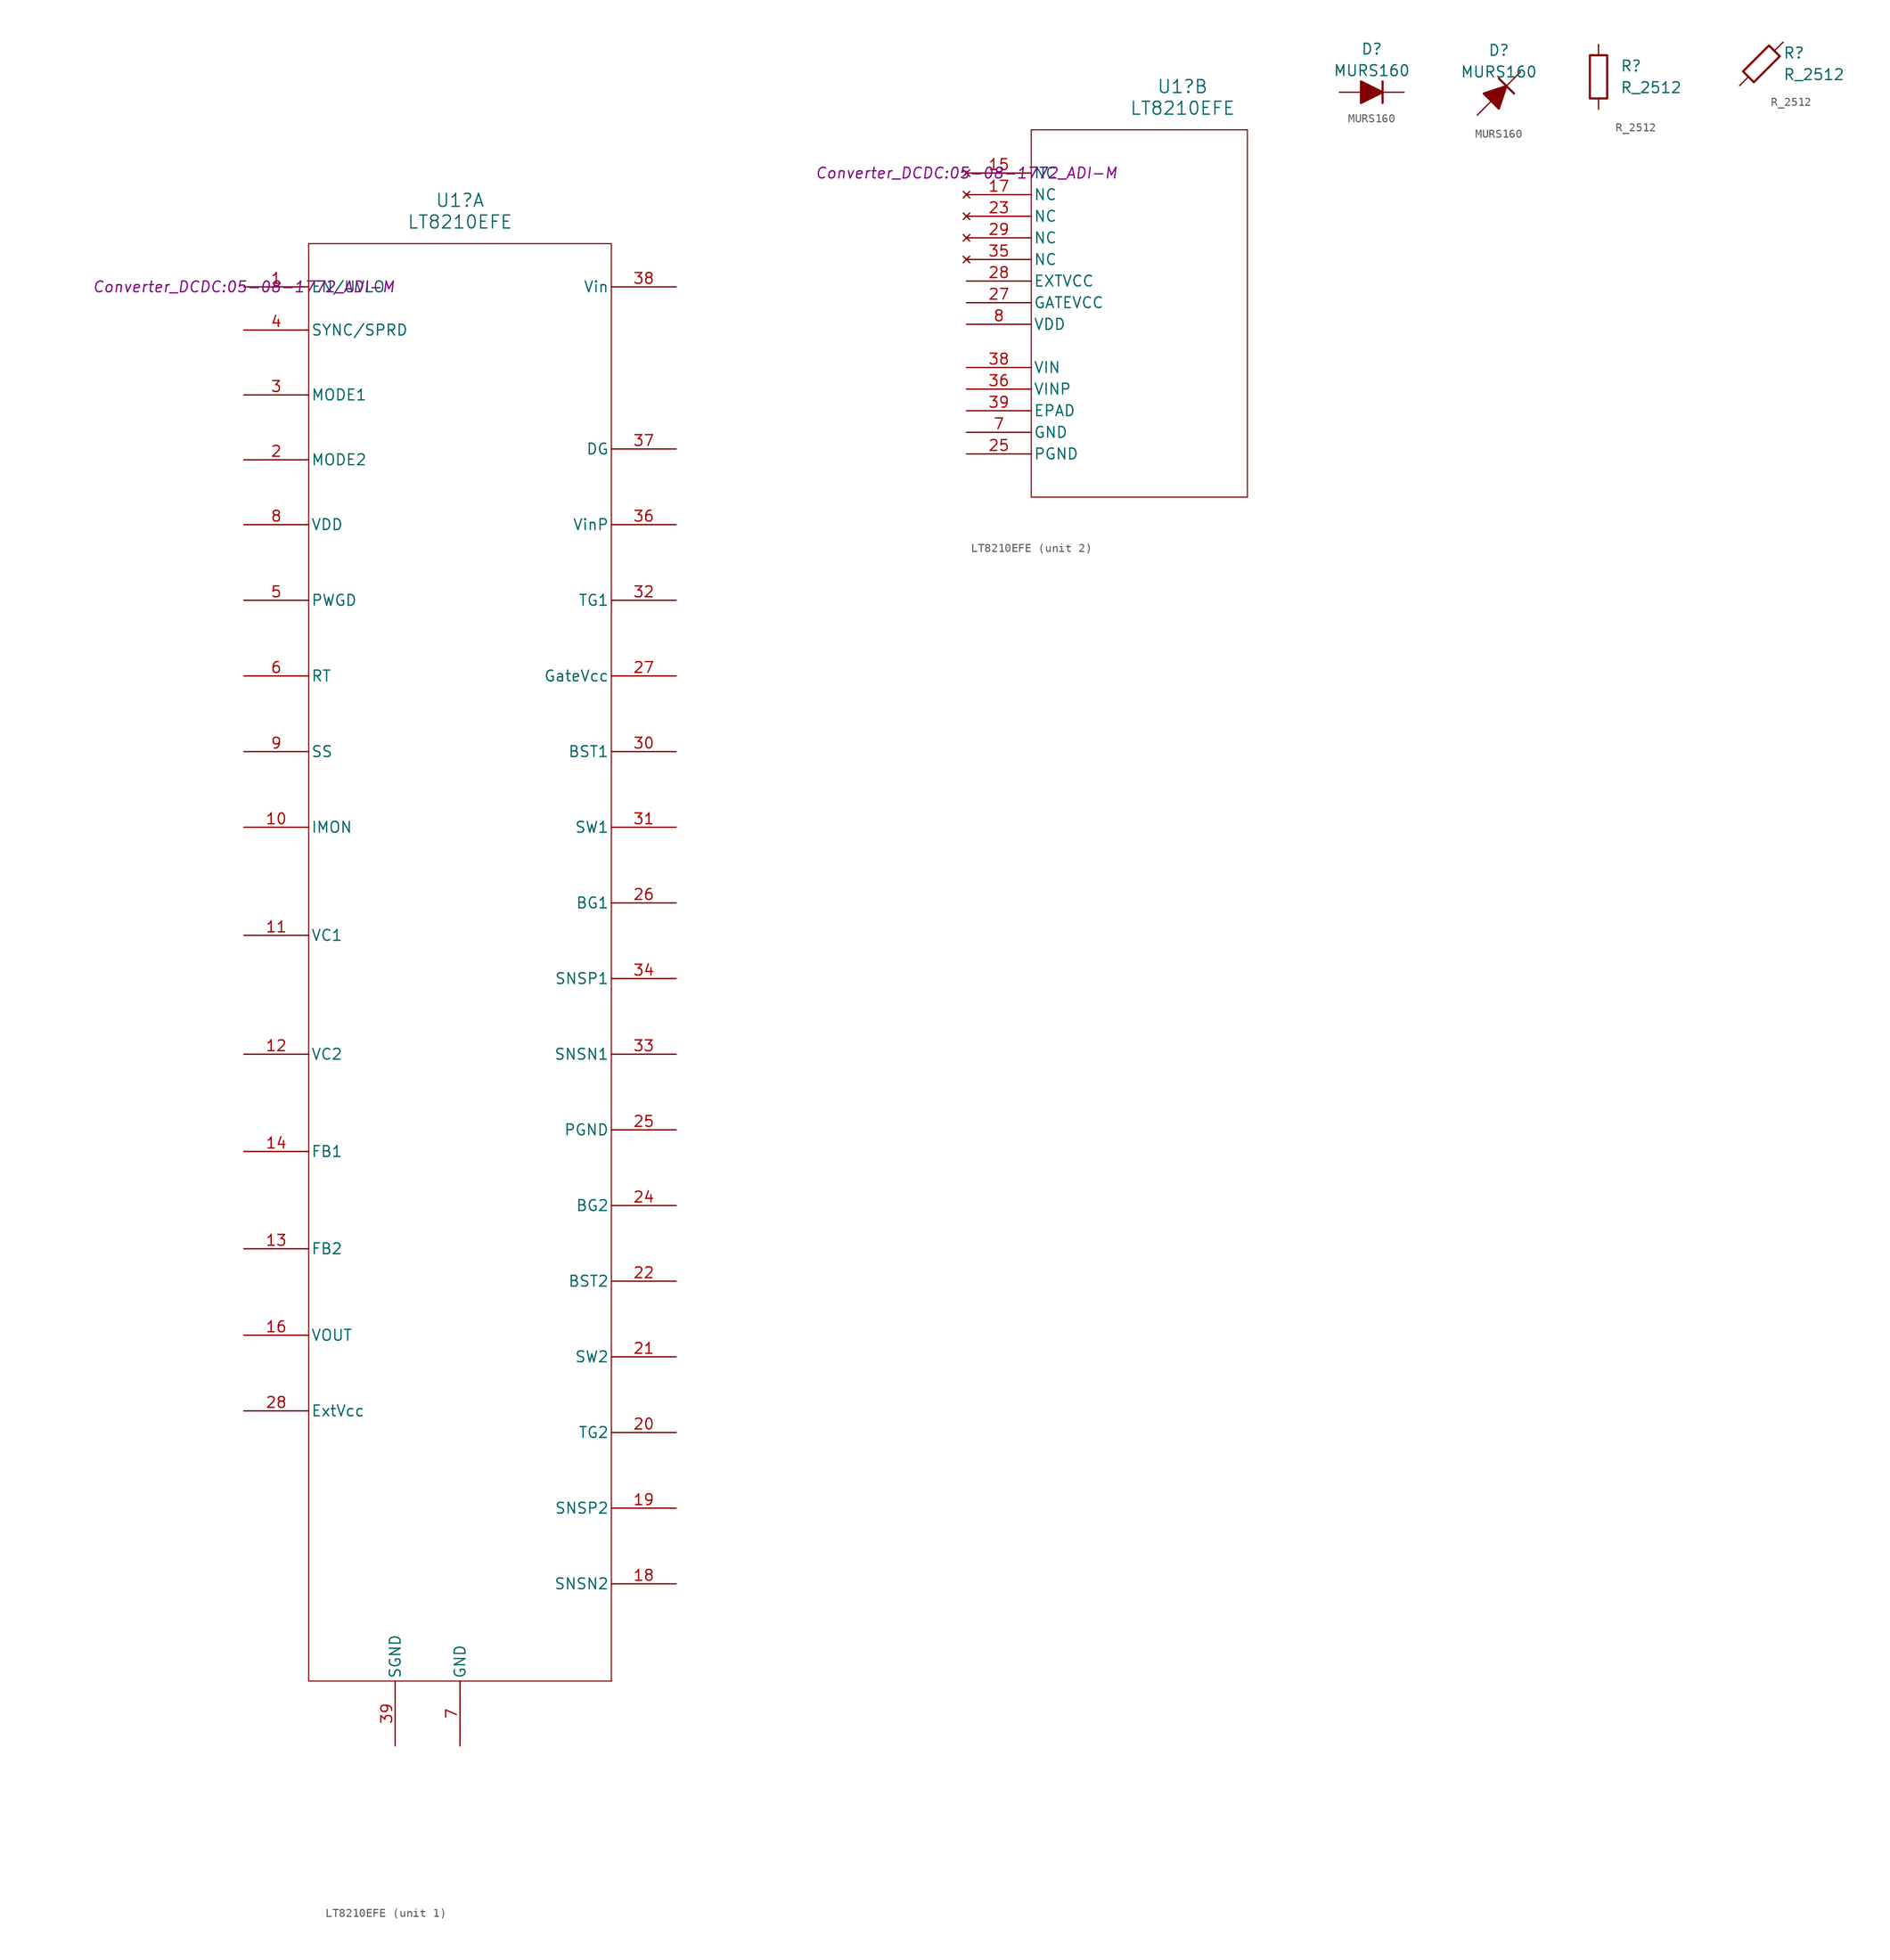
<source format=kicad_sym>
(kicad_symbol_lib
  (version 20241209)
  (generator "kicad_symbol_editor")
  (generator_version "9.0")
  (symbol "LT8210EFE"
    (pin_names
      (offset 0.254))
    (property "Reference" "U1"
      (at 25.4 10.16 0)
      (effects (font (size 1.524 1.524))))
    (property "Value" "LT8210EFE"
      (at 25.4 7.62 0)
      (effects (font (size 1.524 1.524))))
    (property "Footprint" "Converter_DCDC:05-08-1772_ADI-M"
      (at 0 0 0)
      (effects (font (size 1.27 1.27) (italic yes))))
    (property "ki_locked" ""
      (at 0 0 0)
      (effects (font (size 1.27 1.27))))
    (symbol "LT8210EFE_1_1"
      (polyline (pts (xy 7.62 5.08) (xy 7.62 -163.83)) (stroke (width 0.127) (type default)) (fill (type none)))
      (polyline (pts (xy 7.62 -163.83) (xy 43.18 -163.83)) (stroke (width 0.127) (type default)) (fill (type none)))
      (polyline (pts (xy 43.18 5.08) (xy 7.62 5.08)) (stroke (width 0.127) (type default)) (fill (type none)))
      (polyline (pts (xy 43.18 -163.83) (xy 43.18 5.08)) (stroke (width 0.127) (type default)) (fill (type none)))
      (pin input line (at 0 0 0) (length 7.62) (name "EN/UVLO" (effects (font (size 1.27 1.27)))) (number "1" (effects (font (size 1.27 1.27)))))
      (pin input line (at 0 -5.08 0) (length 7.62) (name "SYNC/SPRD" (effects (font (size 1.27 1.27)))) (number "4" (effects (font (size 1.27 1.27)))))
      (pin input line (at 0 -12.7 0) (length 7.62) (name "MODE1" (effects (font (size 1.27 1.27)))) (number "3" (effects (font (size 1.27 1.27)))))
      (pin input line (at 0 -20.32 0) (length 7.62) (name "MODE2" (effects (font (size 1.27 1.27)))) (number "2" (effects (font (size 1.27 1.27)))))
      (pin input line (at 0 -27.94 0) (length 7.62) (name "VDD" (effects (font (size 1.27 1.27)))) (number "8" (effects (font (size 1.27 1.27)))))
      (pin input line (at 0 -36.83 0) (length 7.62) (name "PWGD" (effects (font (size 1.27 1.27)))) (number "5" (effects (font (size 1.27 1.27)))))
      (pin unspecified line (at 0 -45.72 0) (length 7.62) (name "RT" (effects (font (size 1.27 1.27)))) (number "6" (effects (font (size 1.27 1.27)))))
      (pin input line (at 0 -54.61 0) (length 7.62) (name "SS" (effects (font (size 1.27 1.27)))) (number "9" (effects (font (size 1.27 1.27)))))
      (pin output line (at 0 -63.5 0) (length 7.62) (name "IMON" (effects (font (size 1.27 1.27)))) (number "10" (effects (font (size 1.27 1.27)))))
      (pin output line (at 0 -76.2 0) (length 7.62) (name "VC1" (effects (font (size 1.27 1.27)))) (number "11" (effects (font (size 1.27 1.27)))))
      (pin output line (at 0 -90.17 0) (length 7.62) (name "VC2" (effects (font (size 1.27 1.27)))) (number "12" (effects (font (size 1.27 1.27)))))
      (pin input line (at 0 -101.6 0) (length 7.62) (name "FB1" (effects (font (size 1.27 1.27)))) (number "14" (effects (font (size 1.27 1.27)))))
      (pin input line (at 0 -113.03 0) (length 7.62) (name "FB2" (effects (font (size 1.27 1.27)))) (number "13" (effects (font (size 1.27 1.27)))))
      (pin output line (at 0 -123.19 0) (length 7.62) (name "VOUT" (effects (font (size 1.27 1.27)))) (number "16" (effects (font (size 1.27 1.27)))))
      (pin output line (at 0 -132.08 0) (length 7.62) (name "ExtVcc" (effects (font (size 1.27 1.27)))) (number "28" (effects (font (size 1.27 1.27)))))
      (pin bidirectional line (at 17.78 -171.45 90) (length 7.62) (name "SGND" (effects (font (size 1.27 1.27)))) (number "39" (effects (font (size 1.27 1.27)))))
      (pin input line (at 25.4 -171.45 90) (length 7.62) (name "GND" (effects (font (size 1.27 1.27)))) (number "7" (effects (font (size 1.27 1.27)))))
      (pin input line (at 50.8 0 180) (length 7.62) (name "Vin" (effects (font (size 1.27 1.27)))) (number "38" (effects (font (size 1.27 1.27)))))
      (pin output line (at 50.8 -19.05 180) (length 7.62) (name "DG" (effects (font (size 1.27 1.27)))) (number "37" (effects (font (size 1.27 1.27)))))
      (pin input line (at 50.8 -27.94 180) (length 7.62) (name "VinP" (effects (font (size 1.27 1.27)))) (number "36" (effects (font (size 1.27 1.27)))))
      (pin bidirectional line (at 50.8 -36.83 180) (length 7.62) (name "TG1" (effects (font (size 1.27 1.27)))) (number "32" (effects (font (size 1.27 1.27)))))
      (pin output line (at 50.8 -45.72 180) (length 7.62) (name "GateVcc" (effects (font (size 1.27 1.27)))) (number "27" (effects (font (size 1.27 1.27)))))
      (pin bidirectional line (at 50.8 -54.61 180) (length 7.62) (name "BST1" (effects (font (size 1.27 1.27)))) (number "30" (effects (font (size 1.27 1.27)))))
      (pin bidirectional line (at 50.8 -63.5 180) (length 7.62) (name "SW1" (effects (font (size 1.27 1.27)))) (number "31" (effects (font (size 1.27 1.27)))))
      (pin bidirectional line (at 50.8 -72.39 180) (length 7.62) (name "BG1" (effects (font (size 1.27 1.27)))) (number "26" (effects (font (size 1.27 1.27)))))
      (pin bidirectional line (at 50.8 -81.28 180) (length 7.62) (name "SNSP1" (effects (font (size 1.27 1.27)))) (number "34" (effects (font (size 1.27 1.27)))))
      (pin bidirectional line (at 50.8 -90.17 180) (length 7.62) (name "SNSN1" (effects (font (size 1.27 1.27)))) (number "33" (effects (font (size 1.27 1.27)))))
      (pin output line (at 50.8 -99.06 180) (length 7.62) (name "PGND" (effects (font (size 1.27 1.27)))) (number "25" (effects (font (size 1.27 1.27)))))
      (pin bidirectional line (at 50.8 -107.95 180) (length 7.62) (name "BG2" (effects (font (size 1.27 1.27)))) (number "24" (effects (font (size 1.27 1.27)))))
      (pin bidirectional line (at 50.8 -116.84 180) (length 7.62) (name "BST2" (effects (font (size 1.27 1.27)))) (number "22" (effects (font (size 1.27 1.27)))))
      (pin bidirectional line (at 50.8 -125.73 180) (length 7.62) (name "SW2" (effects (font (size 1.27 1.27)))) (number "21" (effects (font (size 1.27 1.27)))))
      (pin bidirectional line (at 50.8 -134.62 180) (length 7.62) (name "TG2" (effects (font (size 1.27 1.27)))) (number "20" (effects (font (size 1.27 1.27)))))
      (pin input line (at 50.8 -143.51 180) (length 7.62) (name "SNSP2" (effects (font (size 1.27 1.27)))) (number "19" (effects (font (size 1.27 1.27)))))
      (pin input line (at 50.8 -152.4 180) (length 7.62) (name "SNSN2" (effects (font (size 1.27 1.27)))) (number "18" (effects (font (size 1.27 1.27))))))
    (symbol "LT8210EFE_2_1"
      (polyline (pts (xy 7.62 5.08) (xy 7.62 -38.1)) (stroke (width 0.127) (type default)) (fill (type none)))
      (polyline (pts (xy 7.62 -38.1) (xy 33.02 -38.1)) (stroke (width 0.127) (type default)) (fill (type none)))
      (polyline (pts (xy 33.02 5.08) (xy 7.62 5.08)) (stroke (width 0.127) (type default)) (fill (type none)))
      (polyline (pts (xy 33.02 -38.1) (xy 33.02 5.08)) (stroke (width 0.127) (type default)) (fill (type none)))
      (pin no_connect line (at 0 0 0) (length 7.62) (name "NC" (effects (font (size 1.27 1.27)))) (number "15" (effects (font (size 1.27 1.27)))))
      (pin no_connect line (at 0 -2.54 0) (length 7.62) (name "NC" (effects (font (size 1.27 1.27)))) (number "17" (effects (font (size 1.27 1.27)))))
      (pin no_connect line (at 0 -5.08 0) (length 7.62) (name "NC" (effects (font (size 1.27 1.27)))) (number "23" (effects (font (size 1.27 1.27)))))
      (pin no_connect line (at 0 -7.62 0) (length 7.62) (name "NC" (effects (font (size 1.27 1.27)))) (number "29" (effects (font (size 1.27 1.27)))))
      (pin no_connect line (at 0 -10.16 0) (length 7.62) (name "NC" (effects (font (size 1.27 1.27)))) (number "35" (effects (font (size 1.27 1.27)))))
      (pin power_in line (at 0 -12.7 0) (length 7.62) (name "EXTVCC" (effects (font (size 1.27 1.27)))) (number "28" (effects (font (size 1.27 1.27)))))
      (pin power_in line (at 0 -15.24 0) (length 7.62) (name "GATEVCC" (effects (font (size 1.27 1.27)))) (number "27" (effects (font (size 1.27 1.27)))))
      (pin power_in line (at 0 -17.78 0) (length 7.62) (name "VDD" (effects (font (size 1.27 1.27)))) (number "8" (effects (font (size 1.27 1.27)))))
      (pin power_in line (at 0 -22.86 0) (length 7.62) (name "VIN" (effects (font (size 1.27 1.27)))) (number "38" (effects (font (size 1.27 1.27)))))
      (pin power_in line (at 0 -25.4 0) (length 7.62) (name "VINP" (effects (font (size 1.27 1.27)))) (number "36" (effects (font (size 1.27 1.27)))))
      (pin power_out line (at 0 -27.94 0) (length 7.62) (name "EPAD" (effects (font (size 1.27 1.27)))) (number "39" (effects (font (size 1.27 1.27)))))
      (pin power_out line (at 0 -30.48 0) (length 7.62) (name "GND" (effects (font (size 1.27 1.27)))) (number "7" (effects (font (size 1.27 1.27)))))
      (pin power_out line (at 0 -33.02 0) (length 7.62) (name "PGND" (effects (font (size 1.27 1.27)))) (number "25" (effects (font (size 1.27 1.27)))))))
  (symbol "MURS160"
    (pin_numbers
      (hide yes))
    (pin_names
      (offset 1.016)
      (hide yes))
    (property "Reference" "D"
      (at 0 5.08 0)
      (effects (font (size 1.27 1.27))))
    (property "Value" "MURS160"
      (at 0 2.54 0)
      (effects (font (size 1.27 1.27))))
    (symbol "MURS160_0_1"
      (polyline (pts (xy -1.27 1.27) (xy -1.27 -1.27) (xy 1.27 0) (xy -1.27 1.27)) (stroke (width 0.254) (type default)) (fill (type outline)))
      (polyline (pts (xy -1.27 0) (xy 1.27 0)) (stroke (width 0) (type default)) (fill (type none)))
      (polyline (pts (xy 1.27 1.27) (xy 1.27 -1.27)) (stroke (width 0.254) (type default)) (fill (type none))))
    (symbol "MURS160_0_2"
      (polyline (pts (xy -2.54 -2.54) (xy 2.54 2.54)) (stroke (width 0) (type default)) (fill (type none)))
      (polyline (pts (xy -0.889 -0.889) (xy -1.778 0) (xy 0.889 0.889) (xy 0 -1.778) (xy -0.889 -0.889)) (stroke (width 0.254) (type default)) (fill (type outline)))
      (polyline (pts (xy 0 1.778) (xy 1.778 0)) (stroke (width 0.254) (type default)) (fill (type none))))
    (symbol "MURS160_1_1"
      (pin passive line (at -3.81 0 0) (length 2.54) (name "A" (effects (font (size 1.27 1.27)))) (number "2" (effects (font (size 1.27 1.27)))))
      (pin passive line (at 3.81 0 180) (length 2.54) (name "K" (effects (font (size 1.27 1.27)))) (number "1" (effects (font (size 1.27 1.27))))))
    (symbol "MURS160_1_2"
      (pin passive line (at -2.54 -2.54 0) (length 0) (name "A" (effects (font (size 1.27 1.27)))) (number "2" (effects (font (size 1.27 1.27)))))
      (pin passive line (at 2.54 2.54 180) (length 0) (name "K" (effects (font (size 1.27 1.27)))) (number "1" (effects (font (size 1.27 1.27)))))))
  (symbol "R_2512"
    (pin_numbers
      (hide yes))
    (pin_names
      (offset 0))
    (property "Reference" "R"
      (at 2.54 1.27 0)
      (effects (font (size 1.27 1.27)) (justify left)))
    (property "Value" "R_2512"
      (at 2.54 -1.27 0)
      (effects (font (size 1.27 1.27)) (justify left)))
    (symbol "R_2512_0_1"
      (rectangle (start -1.016 2.54) (end 1.016 -2.54) (stroke (width 0.254) (type default)) (fill (type none))))
    (symbol "R_2512_0_2"
      (polyline (pts (xy -2.54 -2.54) (xy -1.524 -1.524)) (stroke (width 0) (type default)) (fill (type none)))
      (polyline (pts (xy 1.524 1.524) (xy 2.54 2.54)) (stroke (width 0) (type default)) (fill (type none)))
      (polyline (pts (xy 1.524 1.524) (xy 0.889 2.159) (xy -2.159 -0.889) (xy -0.889 -2.159) (xy 2.159 0.889) (xy 1.524 1.524)) (stroke (width 0.254) (type default)) (fill (type none))))
    (symbol "R_2512_1_1"
      (pin passive line (at 0 3.81 270) (length 1.27) (name "~" (effects (font (size 1.27 1.27)))) (number "1" (effects (font (size 1.27 1.27)))))
      (pin passive line (at 0 -3.81 90) (length 1.27) (name "~" (effects (font (size 1.27 1.27)))) (number "2" (effects (font (size 1.27 1.27))))))
    (symbol "R_2512_1_2"
      (pin passive line (at -2.54 -2.54 0) (length 0) (name "" (effects (font (size 1.27 1.27)))) (number "2" (effects (font (size 1.27 1.27)))))
      (pin passive line (at 2.54 2.54 180) (length 0) (name "" (effects (font (size 1.27 1.27)))) (number "1" (effects (font (size 1.27 1.27))))))))
</source>
